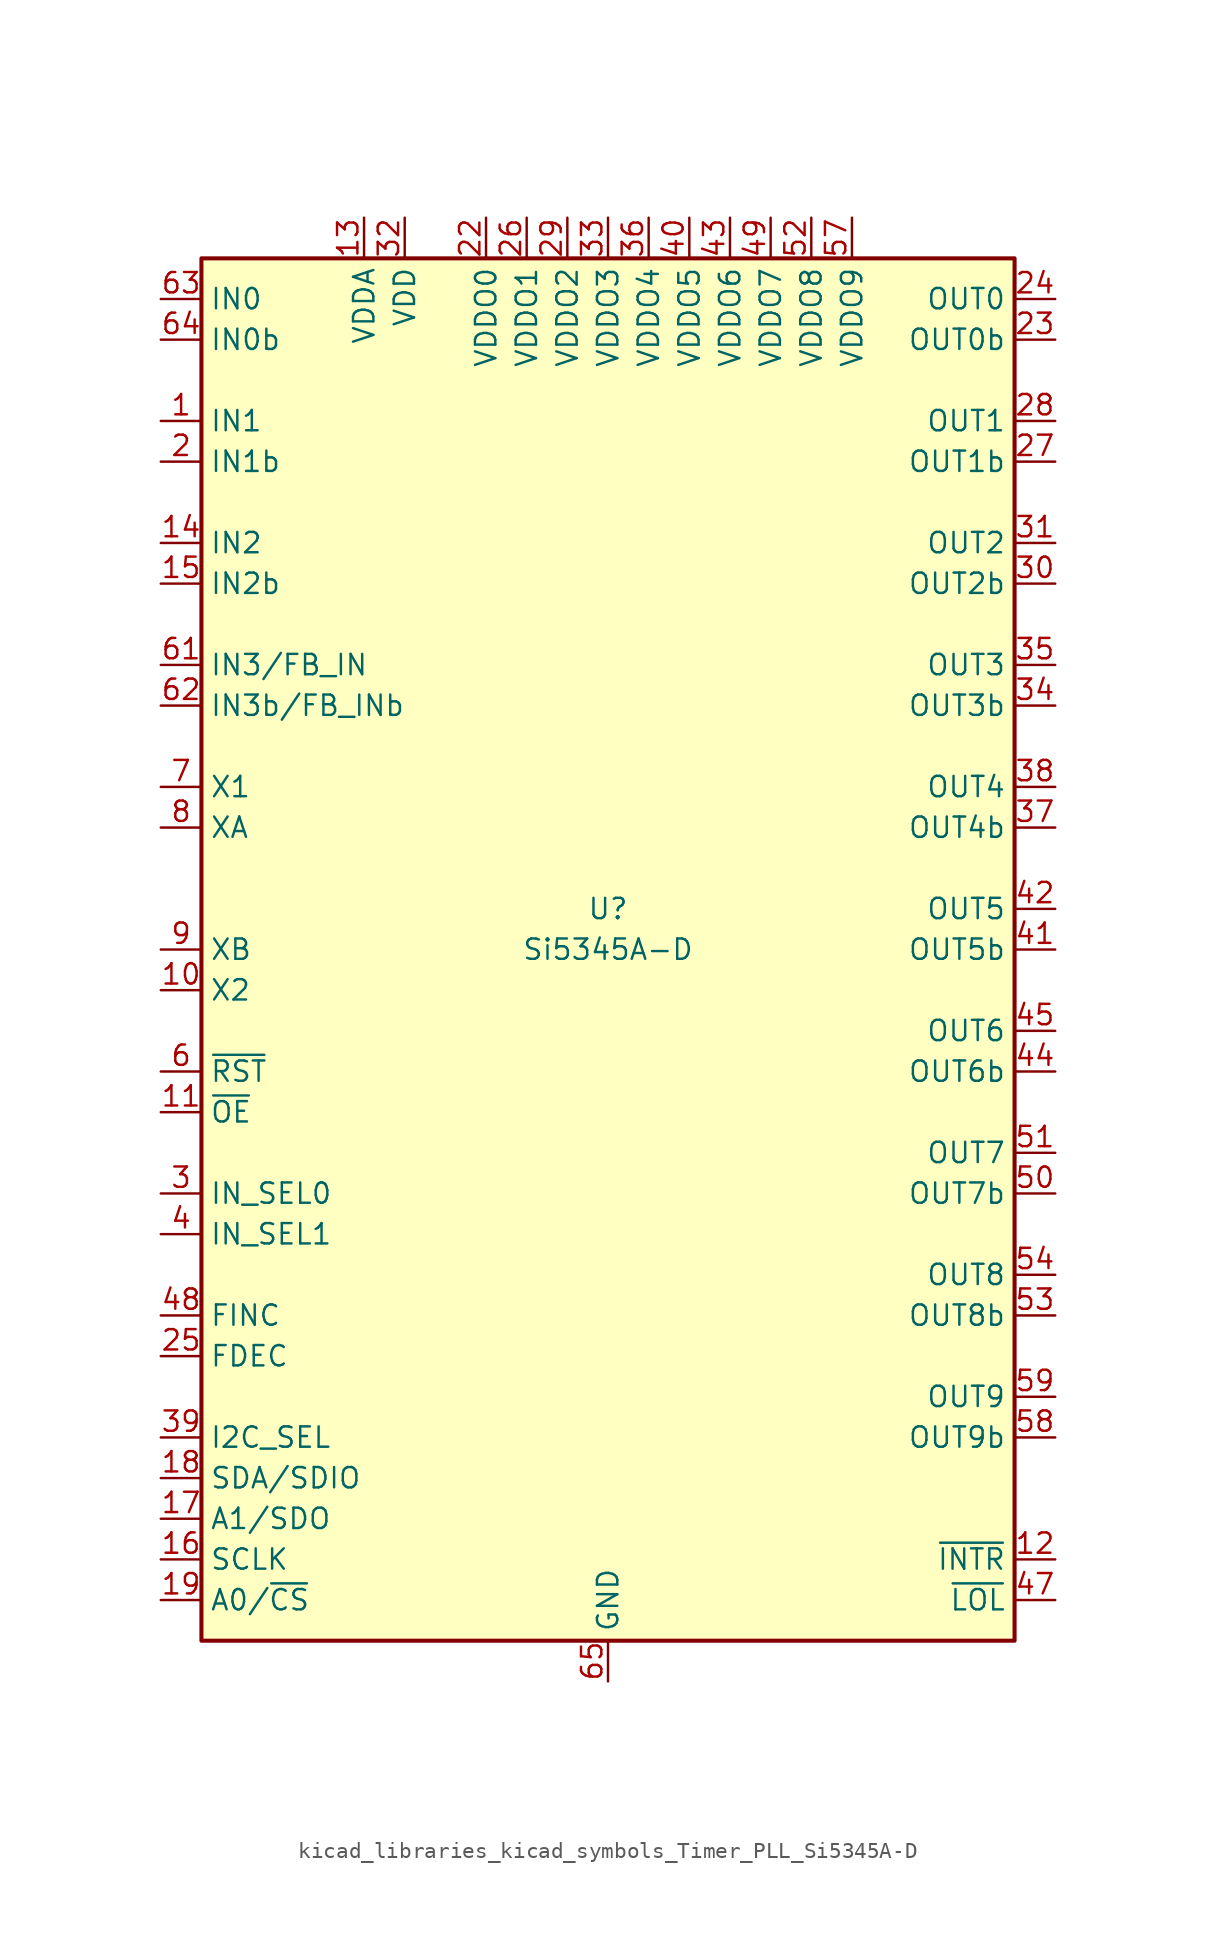
<source format=kicad_sym>
(kicad_symbol_lib
  (version 20220914)
  (generator kicad_symbol_editor)
  (symbol "kicad_libraries_kicad_symbols_Timer_PLL_Si5345A-D"
    (property "Reference" "U"
      (at 0 2.54 0)
      (effects (font (size 1.27 1.27))))
    (property "Value" "Si5345A-D"
      (at 0 0 0)
      (effects (font (size 1.27 1.27))))
    (symbol "kicad_libraries_kicad_symbols_Timer_PLL_Si5345A-D_0_1"
      (rectangle (start -25.4 43.18) (end 25.4 -43.18) (stroke (width 0.254) (type default)) (fill (type background))))
    (symbol "kicad_libraries_kicad_symbols_Timer_PLL_Si5345A-D_1_1"
      (pin input line (at -27.94 33.02 0) (length 2.54) (name "IN1" (effects (font (size 1.27 1.27)))) (number "1" (effects (font (size 1.27 1.27)))))
      (pin input line (at -27.94 -2.54 0) (length 2.54) (name "X2" (effects (font (size 1.27 1.27)))) (number "10" (effects (font (size 1.27 1.27)))))
      (pin input line (at -27.94 -10.16 0) (length 2.54) (name "~{OE}" (effects (font (size 1.27 1.27)))) (number "11" (effects (font (size 1.27 1.27)))))
      (pin output line (at 27.94 -38.1 180) (length 2.54) (name "~{INTR}" (effects (font (size 1.27 1.27)))) (number "12" (effects (font (size 1.27 1.27)))))
      (pin power_in line (at -15.24 45.72 270) (length 2.54) (name "VDDA" (effects (font (size 1.27 1.27)))) (number "13" (effects (font (size 1.27 1.27)))))
      (pin input line (at -27.94 25.4 0) (length 2.54) (name "IN2" (effects (font (size 1.27 1.27)))) (number "14" (effects (font (size 1.27 1.27)))))
      (pin input line (at -27.94 22.86 0) (length 2.54) (name "IN2b" (effects (font (size 1.27 1.27)))) (number "15" (effects (font (size 1.27 1.27)))))
      (pin input line (at -27.94 -38.1 0) (length 2.54) (name "SCLK" (effects (font (size 1.27 1.27)))) (number "16" (effects (font (size 1.27 1.27)))))
      (pin bidirectional line (at -27.94 -35.56 0) (length 2.54) (name "A1/SDO" (effects (font (size 1.27 1.27)))) (number "17" (effects (font (size 1.27 1.27)))))
      (pin bidirectional line (at -27.94 -33.02 0) (length 2.54) (name "SDA/SDIO" (effects (font (size 1.27 1.27)))) (number "18" (effects (font (size 1.27 1.27)))))
      (pin input line (at -27.94 -40.64 0) (length 2.54) (name "A0/~{CS}" (effects (font (size 1.27 1.27)))) (number "19" (effects (font (size 1.27 1.27)))))
      (pin input line (at -27.94 30.48 0) (length 2.54) (name "IN1b" (effects (font (size 1.27 1.27)))) (number "2" (effects (font (size 1.27 1.27)))))
      (pin no_connect line (at 25.4 27.94 180) (length 2.54) hide (name "NC" (effects (font (size 1.27 1.27)))) (number "20" (effects (font (size 1.27 1.27)))))
      (pin no_connect line (at 25.4 20.32 180) (length 2.54) hide (name "NC" (effects (font (size 1.27 1.27)))) (number "21" (effects (font (size 1.27 1.27)))))
      (pin power_in line (at -7.62 45.72 270) (length 2.54) (name "VDDO0" (effects (font (size 1.27 1.27)))) (number "22" (effects (font (size 1.27 1.27)))))
      (pin output line (at 27.94 38.1 180) (length 2.54) (name "OUT0b" (effects (font (size 1.27 1.27)))) (number "23" (effects (font (size 1.27 1.27)))))
      (pin output line (at 27.94 40.64 180) (length 2.54) (name "OUT0" (effects (font (size 1.27 1.27)))) (number "24" (effects (font (size 1.27 1.27)))))
      (pin input line (at -27.94 -25.4 0) (length 2.54) (name "FDEC" (effects (font (size 1.27 1.27)))) (number "25" (effects (font (size 1.27 1.27)))))
      (pin power_in line (at -5.08 45.72 270) (length 2.54) (name "VDDO1" (effects (font (size 1.27 1.27)))) (number "26" (effects (font (size 1.27 1.27)))))
      (pin output line (at 27.94 30.48 180) (length 2.54) (name "OUT1b" (effects (font (size 1.27 1.27)))) (number "27" (effects (font (size 1.27 1.27)))))
      (pin output line (at 27.94 33.02 180) (length 2.54) (name "OUT1" (effects (font (size 1.27 1.27)))) (number "28" (effects (font (size 1.27 1.27)))))
      (pin power_in line (at -2.54 45.72 270) (length 2.54) (name "VDDO2" (effects (font (size 1.27 1.27)))) (number "29" (effects (font (size 1.27 1.27)))))
      (pin input line (at -27.94 -15.24 0) (length 2.54) (name "IN_SEL0" (effects (font (size 1.27 1.27)))) (number "3" (effects (font (size 1.27 1.27)))))
      (pin output line (at 27.94 22.86 180) (length 2.54) (name "OUT2b" (effects (font (size 1.27 1.27)))) (number "30" (effects (font (size 1.27 1.27)))))
      (pin output line (at 27.94 25.4 180) (length 2.54) (name "OUT2" (effects (font (size 1.27 1.27)))) (number "31" (effects (font (size 1.27 1.27)))))
      (pin power_in line (at -12.7 45.72 270) (length 2.54) (name "VDD" (effects (font (size 1.27 1.27)))) (number "32" (effects (font (size 1.27 1.27)))))
      (pin power_in line (at 0 45.72 270) (length 2.54) (name "VDDO3" (effects (font (size 1.27 1.27)))) (number "33" (effects (font (size 1.27 1.27)))))
      (pin output line (at 27.94 15.24 180) (length 2.54) (name "OUT3b" (effects (font (size 1.27 1.27)))) (number "34" (effects (font (size 1.27 1.27)))))
      (pin output line (at 27.94 17.78 180) (length 2.54) (name "OUT3" (effects (font (size 1.27 1.27)))) (number "35" (effects (font (size 1.27 1.27)))))
      (pin power_in line (at 2.54 45.72 270) (length 2.54) (name "VDDO4" (effects (font (size 1.27 1.27)))) (number "36" (effects (font (size 1.27 1.27)))))
      (pin output line (at 27.94 7.62 180) (length 2.54) (name "OUT4b" (effects (font (size 1.27 1.27)))) (number "37" (effects (font (size 1.27 1.27)))))
      (pin output line (at 27.94 10.16 180) (length 2.54) (name "OUT4" (effects (font (size 1.27 1.27)))) (number "38" (effects (font (size 1.27 1.27)))))
      (pin input line (at -27.94 -30.48 0) (length 2.54) (name "I2C_SEL" (effects (font (size 1.27 1.27)))) (number "39" (effects (font (size 1.27 1.27)))))
      (pin input line (at -27.94 -17.78 0) (length 2.54) (name "IN_SEL1" (effects (font (size 1.27 1.27)))) (number "4" (effects (font (size 1.27 1.27)))))
      (pin power_in line (at 5.08 45.72 270) (length 2.54) (name "VDDO5" (effects (font (size 1.27 1.27)))) (number "40" (effects (font (size 1.27 1.27)))))
      (pin output line (at 27.94 0 180) (length 2.54) (name "OUT5b" (effects (font (size 1.27 1.27)))) (number "41" (effects (font (size 1.27 1.27)))))
      (pin output line (at 27.94 2.54 180) (length 2.54) (name "OUT5" (effects (font (size 1.27 1.27)))) (number "42" (effects (font (size 1.27 1.27)))))
      (pin power_in line (at 7.62 45.72 270) (length 2.54) (name "VDDO6" (effects (font (size 1.27 1.27)))) (number "43" (effects (font (size 1.27 1.27)))))
      (pin output line (at 27.94 -7.62 180) (length 2.54) (name "OUT6b" (effects (font (size 1.27 1.27)))) (number "44" (effects (font (size 1.27 1.27)))))
      (pin output line (at 27.94 -5.08 180) (length 2.54) (name "OUT6" (effects (font (size 1.27 1.27)))) (number "45" (effects (font (size 1.27 1.27)))))
      (pin passive line (at -12.7 45.72 270) (length 2.54) hide (name "VDD" (effects (font (size 1.27 1.27)))) (number "46" (effects (font (size 1.27 1.27)))))
      (pin output line (at 27.94 -40.64 180) (length 2.54) (name "~{LOL}" (effects (font (size 1.27 1.27)))) (number "47" (effects (font (size 1.27 1.27)))))
      (pin input line (at -27.94 -22.86 0) (length 2.54) (name "FINC" (effects (font (size 1.27 1.27)))) (number "48" (effects (font (size 1.27 1.27)))))
      (pin power_in line (at 10.16 45.72 270) (length 2.54) (name "VDDO7" (effects (font (size 1.27 1.27)))) (number "49" (effects (font (size 1.27 1.27)))))
      (pin no_connect line (at 25.4 35.56 180) (length 2.54) hide (name "NC" (effects (font (size 1.27 1.27)))) (number "5" (effects (font (size 1.27 1.27)))))
      (pin output line (at 27.94 -15.24 180) (length 2.54) (name "OUT7b" (effects (font (size 1.27 1.27)))) (number "50" (effects (font (size 1.27 1.27)))))
      (pin output line (at 27.94 -12.7 180) (length 2.54) (name "OUT7" (effects (font (size 1.27 1.27)))) (number "51" (effects (font (size 1.27 1.27)))))
      (pin power_in line (at 12.7 45.72 270) (length 2.54) (name "VDDO8" (effects (font (size 1.27 1.27)))) (number "52" (effects (font (size 1.27 1.27)))))
      (pin output line (at 27.94 -22.86 180) (length 2.54) (name "OUT8b" (effects (font (size 1.27 1.27)))) (number "53" (effects (font (size 1.27 1.27)))))
      (pin output line (at 27.94 -20.32 180) (length 2.54) (name "OUT8" (effects (font (size 1.27 1.27)))) (number "54" (effects (font (size 1.27 1.27)))))
      (pin no_connect line (at 25.4 12.7 180) (length 2.54) hide (name "NC" (effects (font (size 1.27 1.27)))) (number "55" (effects (font (size 1.27 1.27)))))
      (pin no_connect line (at 25.4 5.08 180) (length 2.54) hide (name "NC" (effects (font (size 1.27 1.27)))) (number "56" (effects (font (size 1.27 1.27)))))
      (pin power_in line (at 15.24 45.72 270) (length 2.54) (name "VDDO9" (effects (font (size 1.27 1.27)))) (number "57" (effects (font (size 1.27 1.27)))))
      (pin output line (at 27.94 -30.48 180) (length 2.54) (name "OUT9b" (effects (font (size 1.27 1.27)))) (number "58" (effects (font (size 1.27 1.27)))))
      (pin output line (at 27.94 -27.94 180) (length 2.54) (name "OUT9" (effects (font (size 1.27 1.27)))) (number "59" (effects (font (size 1.27 1.27)))))
      (pin input line (at -27.94 -7.62 0) (length 2.54) (name "~{RST}" (effects (font (size 1.27 1.27)))) (number "6" (effects (font (size 1.27 1.27)))))
      (pin passive line (at -12.7 45.72 270) (length 2.54) hide (name "VDD" (effects (font (size 1.27 1.27)))) (number "60" (effects (font (size 1.27 1.27)))))
      (pin input line (at -27.94 17.78 0) (length 2.54) (name "IN3/FB_IN" (effects (font (size 1.27 1.27)))) (number "61" (effects (font (size 1.27 1.27)))))
      (pin input line (at -27.94 15.24 0) (length 2.54) (name "IN3b/FB_INb" (effects (font (size 1.27 1.27)))) (number "62" (effects (font (size 1.27 1.27)))))
      (pin input line (at -27.94 40.64 0) (length 2.54) (name "IN0" (effects (font (size 1.27 1.27)))) (number "63" (effects (font (size 1.27 1.27)))))
      (pin input line (at -27.94 38.1 0) (length 2.54) (name "IN0b" (effects (font (size 1.27 1.27)))) (number "64" (effects (font (size 1.27 1.27)))))
      (pin power_in line (at 0 -45.72 90) (length 2.54) (name "GND" (effects (font (size 1.27 1.27)))) (number "65" (effects (font (size 1.27 1.27)))))
      (pin input line (at -27.94 10.16 0) (length 2.54) (name "X1" (effects (font (size 1.27 1.27)))) (number "7" (effects (font (size 1.27 1.27)))))
      (pin input line (at -27.94 7.62 0) (length 2.54) (name "XA" (effects (font (size 1.27 1.27)))) (number "8" (effects (font (size 1.27 1.27)))))
      (pin input line (at -27.94 0 0) (length 2.54) (name "XB" (effects (font (size 1.27 1.27)))) (number "9" (effects (font (size 1.27 1.27))))))))
</source>
